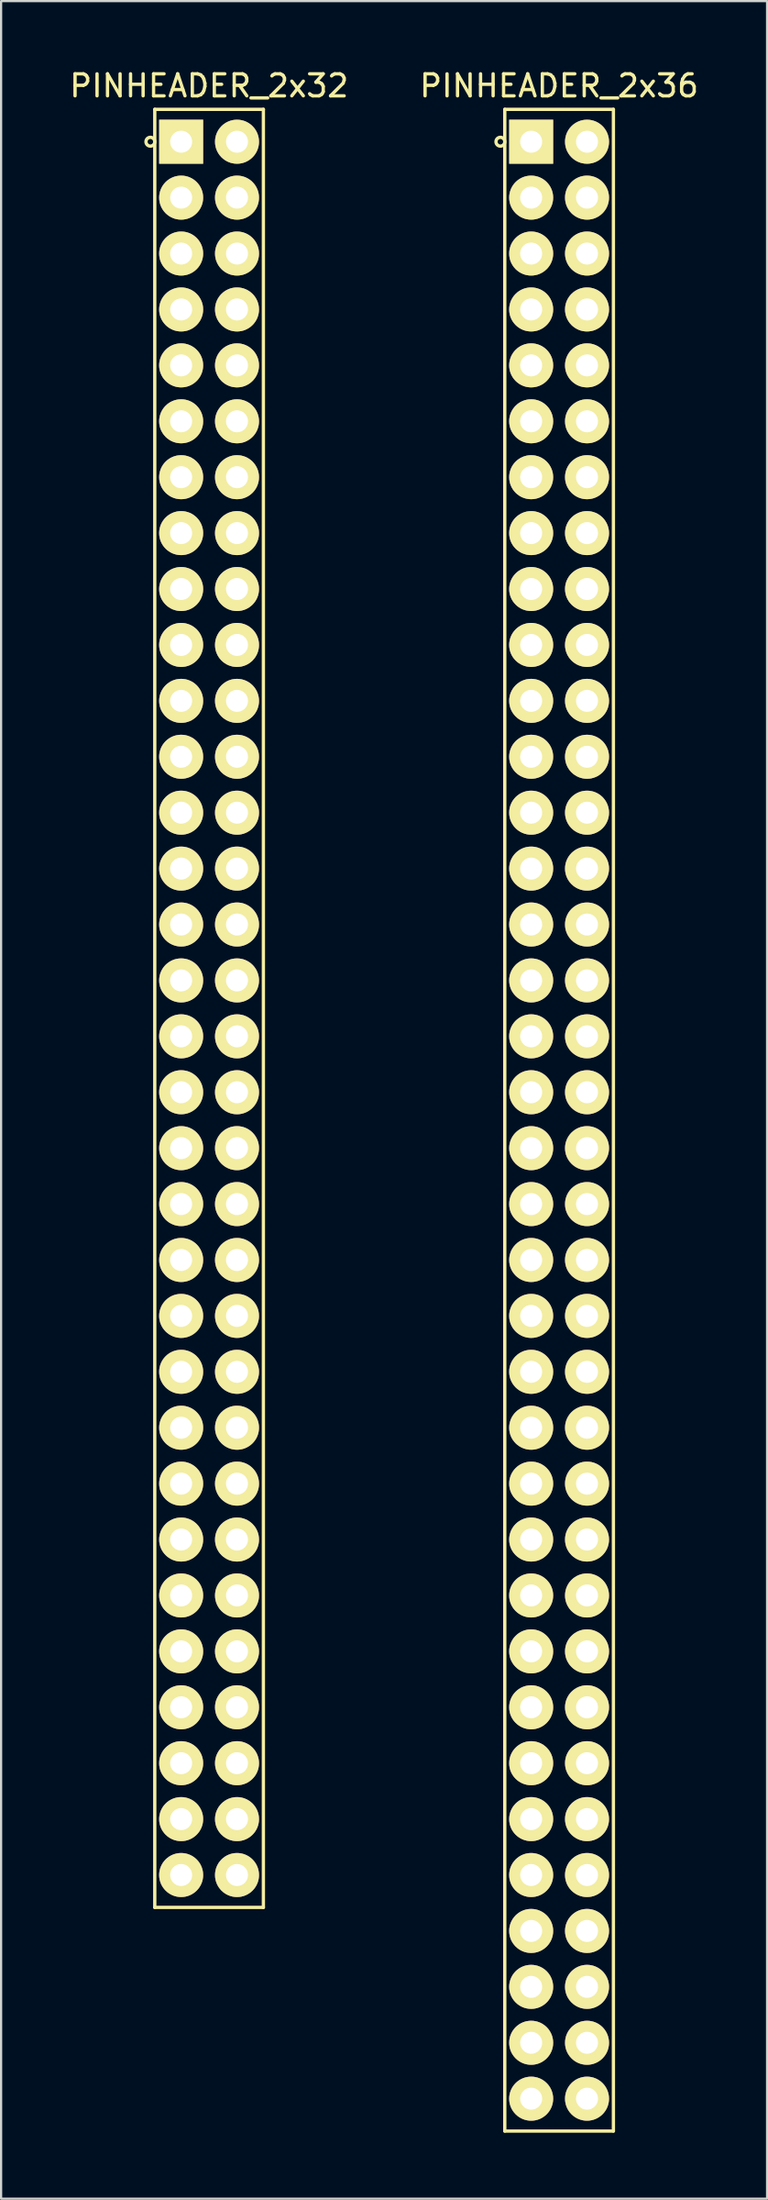
<source format=kicad_pcb>
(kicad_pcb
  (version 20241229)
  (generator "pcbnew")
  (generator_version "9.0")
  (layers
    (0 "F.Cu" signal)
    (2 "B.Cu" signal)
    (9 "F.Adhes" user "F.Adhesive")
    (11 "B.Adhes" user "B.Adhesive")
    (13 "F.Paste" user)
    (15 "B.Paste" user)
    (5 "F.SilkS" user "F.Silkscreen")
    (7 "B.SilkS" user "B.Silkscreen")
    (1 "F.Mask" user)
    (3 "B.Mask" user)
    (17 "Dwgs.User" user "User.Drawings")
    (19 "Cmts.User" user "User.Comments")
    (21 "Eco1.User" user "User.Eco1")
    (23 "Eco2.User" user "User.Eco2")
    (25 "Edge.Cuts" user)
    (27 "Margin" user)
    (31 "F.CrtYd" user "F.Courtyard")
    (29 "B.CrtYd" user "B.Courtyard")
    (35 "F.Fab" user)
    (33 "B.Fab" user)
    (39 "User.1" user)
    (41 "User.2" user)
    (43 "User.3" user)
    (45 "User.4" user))
  (footprint "PINHEADER_2x36"
    (layer "F.Cu")
    (at 21.105 3.388)
    (property "Reference" "PINHEADER_2x36" (at 1.27 -2.54 0) (layer "F.SilkS") (effects (font (size 1 1) (thickness 0.15))))
    (attr through_hole)
    (fp_line (start -1.2 -1.47) (end 3.74 -1.47) (stroke (width 0.15) (type solid)) (layer "F.SilkS"))
    (fp_line (start -1.2 90.37) (end -1.2 -1.47) (stroke (width 0.15) (type solid)) (layer "F.SilkS"))
    (fp_line (start 3.74 -1.47) (end 3.74 90.37) (stroke (width 0.15) (type solid)) (layer "F.SilkS"))
    (fp_line (start 3.74 90.37) (end -1.2 90.37) (stroke (width 0.15) (type solid)) (layer "F.SilkS"))
    (fp_circle (center -1.4 0) (end -1.4 0.2) (stroke (width 0.15) (type solid)) (fill no) (layer "F.SilkS"))
    (pad "1" thru_hole rect (at 0 0) (size 2 2) (drill 1) (layers "*.Cu" "*.Mask" "F.SilkS"))
    (pad "2" thru_hole circle (at 0 2.54) (size 2 2) (drill 1) (layers "*.Cu" "*.Mask" "F.SilkS"))
    (pad "3" thru_hole circle (at 0 5.08) (size 2 2) (drill 1) (layers "*.Cu" "*.Mask" "F.SilkS"))
    (pad "4" thru_hole circle (at 0 7.62) (size 2 2) (drill 1) (layers "*.Cu" "*.Mask" "F.SilkS"))
    (pad "5" thru_hole circle (at 0 10.16) (size 2 2) (drill 1) (layers "*.Cu" "*.Mask" "F.SilkS"))
    (pad "6" thru_hole circle (at 0 12.7) (size 2 2) (drill 1) (layers "*.Cu" "*.Mask" "F.SilkS"))
    (pad "7" thru_hole circle (at 0 15.24) (size 2 2) (drill 1) (layers "*.Cu" "*.Mask" "F.SilkS"))
    (pad "8" thru_hole circle (at 0 17.78) (size 2 2) (drill 1) (layers "*.Cu" "*.Mask" "F.SilkS"))
    (pad "9" thru_hole circle (at 0 20.32) (size 2 2) (drill 1) (layers "*.Cu" "*.Mask" "F.SilkS"))
    (pad "10" thru_hole circle (at 0 22.86) (size 2 2) (drill 1) (layers "*.Cu" "*.Mask" "F.SilkS"))
    (pad "11" thru_hole circle (at 0 25.4) (size 2 2) (drill 1) (layers "*.Cu" "*.Mask" "F.SilkS"))
    (pad "12" thru_hole circle (at 0 27.94) (size 2 2) (drill 1) (layers "*.Cu" "*.Mask" "F.SilkS"))
    (pad "13" thru_hole circle (at 0 30.48) (size 2 2) (drill 1) (layers "*.Cu" "*.Mask" "F.SilkS"))
    (pad "14" thru_hole circle (at 0 33.02) (size 2 2) (drill 1) (layers "*.Cu" "*.Mask" "F.SilkS"))
    (pad "15" thru_hole circle (at 0 35.56) (size 2 2) (drill 1) (layers "*.Cu" "*.Mask" "F.SilkS"))
    (pad "16" thru_hole circle (at 0 38.1) (size 2 2) (drill 1) (layers "*.Cu" "*.Mask" "F.SilkS"))
    (pad "17" thru_hole circle (at 0 40.64) (size 2 2) (drill 1) (layers "*.Cu" "*.Mask" "F.SilkS"))
    (pad "18" thru_hole circle (at 0 43.18) (size 2 2) (drill 1) (layers "*.Cu" "*.Mask" "F.SilkS"))
    (pad "19" thru_hole circle (at 0 45.72) (size 2 2) (drill 1) (layers "*.Cu" "*.Mask" "F.SilkS"))
    (pad "20" thru_hole circle (at 0 48.26) (size 2 2) (drill 1) (layers "*.Cu" "*.Mask" "F.SilkS"))
    (pad "21" thru_hole circle (at 0 50.8) (size 2 2) (drill 1) (layers "*.Cu" "*.Mask" "F.SilkS"))
    (pad "22" thru_hole circle (at 0 53.34) (size 2 2) (drill 1) (layers "*.Cu" "*.Mask" "F.SilkS"))
    (pad "23" thru_hole circle (at 0 55.88) (size 2 2) (drill 1) (layers "*.Cu" "*.Mask" "F.SilkS"))
    (pad "24" thru_hole circle (at 0 58.42) (size 2 2) (drill 1) (layers "*.Cu" "*.Mask" "F.SilkS"))
    (pad "25" thru_hole circle (at 0 60.96) (size 2 2) (drill 1) (layers "*.Cu" "*.Mask" "F.SilkS"))
    (pad "26" thru_hole circle (at 0 63.5) (size 2 2) (drill 1) (layers "*.Cu" "*.Mask" "F.SilkS"))
    (pad "27" thru_hole circle (at 0 66.04) (size 2 2) (drill 1) (layers "*.Cu" "*.Mask" "F.SilkS"))
    (pad "28" thru_hole circle (at 0 68.58) (size 2 2) (drill 1) (layers "*.Cu" "*.Mask" "F.SilkS"))
    (pad "29" thru_hole circle (at 0 71.12) (size 2 2) (drill 1) (layers "*.Cu" "*.Mask" "F.SilkS"))
    (pad "30" thru_hole circle (at 0 73.66) (size 2 2) (drill 1) (layers "*.Cu" "*.Mask" "F.SilkS"))
    (pad "31" thru_hole circle (at 0 76.2) (size 2 2) (drill 1) (layers "*.Cu" "*.Mask" "F.SilkS"))
    (pad "32" thru_hole circle (at 0 78.74) (size 2 2) (drill 1) (layers "*.Cu" "*.Mask" "F.SilkS"))
    (pad "33" thru_hole circle (at 0 81.28) (size 2 2) (drill 1) (layers "*.Cu" "*.Mask" "F.SilkS"))
    (pad "34" thru_hole circle (at 0 83.82) (size 2 2) (drill 1) (layers "*.Cu" "*.Mask" "F.SilkS"))
    (pad "35" thru_hole circle (at 0 86.36) (size 2 2) (drill 1) (layers "*.Cu" "*.Mask" "F.SilkS"))
    (pad "36" thru_hole circle (at 0 88.9) (size 2 2) (drill 1) (layers "*.Cu" "*.Mask" "F.SilkS"))
    (pad "37" thru_hole circle (at 2.54 88.9) (size 2 2) (drill 1) (layers "*.Cu" "*.Mask" "F.SilkS"))
    (pad "38" thru_hole circle (at 2.54 86.36) (size 2 2) (drill 1) (layers "*.Cu" "*.Mask" "F.SilkS"))
    (pad "39" thru_hole circle (at 2.54 83.82) (size 2 2) (drill 1) (layers "*.Cu" "*.Mask" "F.SilkS"))
    (pad "40" thru_hole circle (at 2.54 81.28) (size 2 2) (drill 1) (layers "*.Cu" "*.Mask" "F.SilkS"))
    (pad "41" thru_hole circle (at 2.54 78.74) (size 2 2) (drill 1) (layers "*.Cu" "*.Mask" "F.SilkS"))
    (pad "42" thru_hole circle (at 2.54 76.2) (size 2 2) (drill 1) (layers "*.Cu" "*.Mask" "F.SilkS"))
    (pad "43" thru_hole circle (at 2.54 73.66) (size 2 2) (drill 1) (layers "*.Cu" "*.Mask" "F.SilkS"))
    (pad "44" thru_hole circle (at 2.54 71.12) (size 2 2) (drill 1) (layers "*.Cu" "*.Mask" "F.SilkS"))
    (pad "45" thru_hole circle (at 2.54 68.58) (size 2 2) (drill 1) (layers "*.Cu" "*.Mask" "F.SilkS"))
    (pad "46" thru_hole circle (at 2.54 66.04) (size 2 2) (drill 1) (layers "*.Cu" "*.Mask" "F.SilkS"))
    (pad "47" thru_hole circle (at 2.54 63.5) (size 2 2) (drill 1) (layers "*.Cu" "*.Mask" "F.SilkS"))
    (pad "48" thru_hole circle (at 2.54 60.96) (size 2 2) (drill 1) (layers "*.Cu" "*.Mask" "F.SilkS"))
    (pad "49" thru_hole circle (at 2.54 58.42) (size 2 2) (drill 1) (layers "*.Cu" "*.Mask" "F.SilkS"))
    (pad "50" thru_hole circle (at 2.54 55.88) (size 2 2) (drill 1) (layers "*.Cu" "*.Mask" "F.SilkS"))
    (pad "51" thru_hole circle (at 2.54 53.34) (size 2 2) (drill 1) (layers "*.Cu" "*.Mask" "F.SilkS"))
    (pad "52" thru_hole circle (at 2.54 50.8) (size 2 2) (drill 1) (layers "*.Cu" "*.Mask" "F.SilkS"))
    (pad "53" thru_hole circle (at 2.54 48.26) (size 2 2) (drill 1) (layers "*.Cu" "*.Mask" "F.SilkS"))
    (pad "54" thru_hole circle (at 2.54 45.72) (size 2 2) (drill 1) (layers "*.Cu" "*.Mask" "F.SilkS"))
    (pad "55" thru_hole circle (at 2.54 43.18) (size 2 2) (drill 1) (layers "*.Cu" "*.Mask" "F.SilkS"))
    (pad "56" thru_hole circle (at 2.54 40.64) (size 2 2) (drill 1) (layers "*.Cu" "*.Mask" "F.SilkS"))
    (pad "57" thru_hole circle (at 2.54 38.1) (size 2 2) (drill 1) (layers "*.Cu" "*.Mask" "F.SilkS"))
    (pad "58" thru_hole circle (at 2.54 35.56) (size 2 2) (drill 1) (layers "*.Cu" "*.Mask" "F.SilkS"))
    (pad "59" thru_hole circle (at 2.54 33.02) (size 2 2) (drill 1) (layers "*.Cu" "*.Mask" "F.SilkS"))
    (pad "60" thru_hole circle (at 2.54 30.48) (size 2 2) (drill 1) (layers "*.Cu" "*.Mask" "F.SilkS"))
    (pad "61" thru_hole circle (at 2.54 27.94) (size 2 2) (drill 1) (layers "*.Cu" "*.Mask" "F.SilkS"))
    (pad "62" thru_hole circle (at 2.54 25.4) (size 2 2) (drill 1) (layers "*.Cu" "*.Mask" "F.SilkS"))
    (pad "63" thru_hole circle (at 2.54 22.86) (size 2 2) (drill 1) (layers "*.Cu" "*.Mask" "F.SilkS"))
    (pad "64" thru_hole circle (at 2.54 20.32) (size 2 2) (drill 1) (layers "*.Cu" "*.Mask" "F.SilkS"))
    (pad "65" thru_hole circle (at 2.54 17.78) (size 2 2) (drill 1) (layers "*.Cu" "*.Mask" "F.SilkS"))
    (pad "66" thru_hole circle (at 2.54 15.24) (size 2 2) (drill 1) (layers "*.Cu" "*.Mask" "F.SilkS"))
    (pad "67" thru_hole circle (at 2.54 12.7) (size 2 2) (drill 1) (layers "*.Cu" "*.Mask" "F.SilkS"))
    (pad "68" thru_hole circle (at 2.54 10.16) (size 2 2) (drill 1) (layers "*.Cu" "*.Mask" "F.SilkS"))
    (pad "69" thru_hole circle (at 2.54 7.62) (size 2 2) (drill 1) (layers "*.Cu" "*.Mask" "F.SilkS"))
    (pad "70" thru_hole circle (at 2.54 5.08) (size 2 2) (drill 1) (layers "*.Cu" "*.Mask" "F.SilkS"))
    (pad "71" thru_hole circle (at 2.54 2.54) (size 2 2) (drill 1) (layers "*.Cu" "*.Mask" "F.SilkS"))
    (pad "72" thru_hole circle (at 2.54 0) (size 2 2) (drill 1) (layers "*.Cu" "*.Mask" "F.SilkS")))
  (footprint "PINHEADER_2x32"
    (layer "F.Cu")
    (at 5.188 3.388)
    (property "Reference" "PINHEADER_2x32" (at 1.27 -2.54 0) (layer "F.SilkS") (effects (font (size 1 1) (thickness 0.15))))
    (attr through_hole)
    (fp_line (start -1.2 -1.47) (end 3.74 -1.47) (stroke (width 0.15) (type solid)) (layer "F.SilkS"))
    (fp_line (start -1.2 80.21) (end -1.2 -1.47) (stroke (width 0.15) (type solid)) (layer "F.SilkS"))
    (fp_line (start 3.74 -1.47) (end 3.74 80.21) (stroke (width 0.15) (type solid)) (layer "F.SilkS"))
    (fp_line (start 3.74 80.21) (end -1.2 80.21) (stroke (width 0.15) (type solid)) (layer "F.SilkS"))
    (fp_circle (center -1.4 0) (end -1.4 0.2) (stroke (width 0.15) (type solid)) (fill no) (layer "F.SilkS"))
    (pad "1" thru_hole rect (at 0 0) (size 2 2) (drill 1) (layers "*.Cu" "*.Mask" "F.SilkS"))
    (pad "2" thru_hole circle (at 0 2.54) (size 2 2) (drill 1) (layers "*.Cu" "*.Mask" "F.SilkS"))
    (pad "3" thru_hole circle (at 0 5.08) (size 2 2) (drill 1) (layers "*.Cu" "*.Mask" "F.SilkS"))
    (pad "4" thru_hole circle (at 0 7.62) (size 2 2) (drill 1) (layers "*.Cu" "*.Mask" "F.SilkS"))
    (pad "5" thru_hole circle (at 0 10.16) (size 2 2) (drill 1) (layers "*.Cu" "*.Mask" "F.SilkS"))
    (pad "6" thru_hole circle (at 0 12.7) (size 2 2) (drill 1) (layers "*.Cu" "*.Mask" "F.SilkS"))
    (pad "7" thru_hole circle (at 0 15.24) (size 2 2) (drill 1) (layers "*.Cu" "*.Mask" "F.SilkS"))
    (pad "8" thru_hole circle (at 0 17.78) (size 2 2) (drill 1) (layers "*.Cu" "*.Mask" "F.SilkS"))
    (pad "9" thru_hole circle (at 0 20.32) (size 2 2) (drill 1) (layers "*.Cu" "*.Mask" "F.SilkS"))
    (pad "10" thru_hole circle (at 0 22.86) (size 2 2) (drill 1) (layers "*.Cu" "*.Mask" "F.SilkS"))
    (pad "11" thru_hole circle (at 0 25.4) (size 2 2) (drill 1) (layers "*.Cu" "*.Mask" "F.SilkS"))
    (pad "12" thru_hole circle (at 0 27.94) (size 2 2) (drill 1) (layers "*.Cu" "*.Mask" "F.SilkS"))
    (pad "13" thru_hole circle (at 0 30.48) (size 2 2) (drill 1) (layers "*.Cu" "*.Mask" "F.SilkS"))
    (pad "14" thru_hole circle (at 0 33.02) (size 2 2) (drill 1) (layers "*.Cu" "*.Mask" "F.SilkS"))
    (pad "15" thru_hole circle (at 0 35.56) (size 2 2) (drill 1) (layers "*.Cu" "*.Mask" "F.SilkS"))
    (pad "16" thru_hole circle (at 0 38.1) (size 2 2) (drill 1) (layers "*.Cu" "*.Mask" "F.SilkS"))
    (pad "17" thru_hole circle (at 0 40.64) (size 2 2) (drill 1) (layers "*.Cu" "*.Mask" "F.SilkS"))
    (pad "18" thru_hole circle (at 0 43.18) (size 2 2) (drill 1) (layers "*.Cu" "*.Mask" "F.SilkS"))
    (pad "19" thru_hole circle (at 0 45.72) (size 2 2) (drill 1) (layers "*.Cu" "*.Mask" "F.SilkS"))
    (pad "20" thru_hole circle (at 0 48.26) (size 2 2) (drill 1) (layers "*.Cu" "*.Mask" "F.SilkS"))
    (pad "21" thru_hole circle (at 0 50.8) (size 2 2) (drill 1) (layers "*.Cu" "*.Mask" "F.SilkS"))
    (pad "22" thru_hole circle (at 0 53.34) (size 2 2) (drill 1) (layers "*.Cu" "*.Mask" "F.SilkS"))
    (pad "23" thru_hole circle (at 0 55.88) (size 2 2) (drill 1) (layers "*.Cu" "*.Mask" "F.SilkS"))
    (pad "24" thru_hole circle (at 0 58.42) (size 2 2) (drill 1) (layers "*.Cu" "*.Mask" "F.SilkS"))
    (pad "25" thru_hole circle (at 0 60.96) (size 2 2) (drill 1) (layers "*.Cu" "*.Mask" "F.SilkS"))
    (pad "26" thru_hole circle (at 0 63.5) (size 2 2) (drill 1) (layers "*.Cu" "*.Mask" "F.SilkS"))
    (pad "27" thru_hole circle (at 0 66.04) (size 2 2) (drill 1) (layers "*.Cu" "*.Mask" "F.SilkS"))
    (pad "28" thru_hole circle (at 0 68.58) (size 2 2) (drill 1) (layers "*.Cu" "*.Mask" "F.SilkS"))
    (pad "29" thru_hole circle (at 0 71.12) (size 2 2) (drill 1) (layers "*.Cu" "*.Mask" "F.SilkS"))
    (pad "30" thru_hole circle (at 0 73.66) (size 2 2) (drill 1) (layers "*.Cu" "*.Mask" "F.SilkS"))
    (pad "31" thru_hole circle (at 0 76.2) (size 2 2) (drill 1) (layers "*.Cu" "*.Mask" "F.SilkS"))
    (pad "32" thru_hole circle (at 0 78.74) (size 2 2) (drill 1) (layers "*.Cu" "*.Mask" "F.SilkS"))
    (pad "33" thru_hole circle (at 2.54 78.74) (size 2 2) (drill 1) (layers "*.Cu" "*.Mask" "F.SilkS"))
    (pad "34" thru_hole circle (at 2.54 76.2) (size 2 2) (drill 1) (layers "*.Cu" "*.Mask" "F.SilkS"))
    (pad "35" thru_hole circle (at 2.54 73.66) (size 2 2) (drill 1) (layers "*.Cu" "*.Mask" "F.SilkS"))
    (pad "36" thru_hole circle (at 2.54 71.12) (size 2 2) (drill 1) (layers "*.Cu" "*.Mask" "F.SilkS"))
    (pad "37" thru_hole circle (at 2.54 68.58) (size 2 2) (drill 1) (layers "*.Cu" "*.Mask" "F.SilkS"))
    (pad "38" thru_hole circle (at 2.54 66.04) (size 2 2) (drill 1) (layers "*.Cu" "*.Mask" "F.SilkS"))
    (pad "39" thru_hole circle (at 2.54 63.5) (size 2 2) (drill 1) (layers "*.Cu" "*.Mask" "F.SilkS"))
    (pad "40" thru_hole circle (at 2.54 60.96) (size 2 2) (drill 1) (layers "*.Cu" "*.Mask" "F.SilkS"))
    (pad "41" thru_hole circle (at 2.54 58.42) (size 2 2) (drill 1) (layers "*.Cu" "*.Mask" "F.SilkS"))
    (pad "42" thru_hole circle (at 2.54 55.88) (size 2 2) (drill 1) (layers "*.Cu" "*.Mask" "F.SilkS"))
    (pad "43" thru_hole circle (at 2.54 53.34) (size 2 2) (drill 1) (layers "*.Cu" "*.Mask" "F.SilkS"))
    (pad "44" thru_hole circle (at 2.54 50.8) (size 2 2) (drill 1) (layers "*.Cu" "*.Mask" "F.SilkS"))
    (pad "45" thru_hole circle (at 2.54 48.26) (size 2 2) (drill 1) (layers "*.Cu" "*.Mask" "F.SilkS"))
    (pad "46" thru_hole circle (at 2.54 45.72) (size 2 2) (drill 1) (layers "*.Cu" "*.Mask" "F.SilkS"))
    (pad "47" thru_hole circle (at 2.54 43.18) (size 2 2) (drill 1) (layers "*.Cu" "*.Mask" "F.SilkS"))
    (pad "48" thru_hole circle (at 2.54 40.64) (size 2 2) (drill 1) (layers "*.Cu" "*.Mask" "F.SilkS"))
    (pad "49" thru_hole circle (at 2.54 38.1) (size 2 2) (drill 1) (layers "*.Cu" "*.Mask" "F.SilkS"))
    (pad "50" thru_hole circle (at 2.54 35.56) (size 2 2) (drill 1) (layers "*.Cu" "*.Mask" "F.SilkS"))
    (pad "51" thru_hole circle (at 2.54 33.02) (size 2 2) (drill 1) (layers "*.Cu" "*.Mask" "F.SilkS"))
    (pad "52" thru_hole circle (at 2.54 30.48) (size 2 2) (drill 1) (layers "*.Cu" "*.Mask" "F.SilkS"))
    (pad "53" thru_hole circle (at 2.54 27.94) (size 2 2) (drill 1) (layers "*.Cu" "*.Mask" "F.SilkS"))
    (pad "54" thru_hole circle (at 2.54 25.4) (size 2 2) (drill 1) (layers "*.Cu" "*.Mask" "F.SilkS"))
    (pad "55" thru_hole circle (at 2.54 22.86) (size 2 2) (drill 1) (layers "*.Cu" "*.Mask" "F.SilkS"))
    (pad "56" thru_hole circle (at 2.54 20.32) (size 2 2) (drill 1) (layers "*.Cu" "*.Mask" "F.SilkS"))
    (pad "57" thru_hole circle (at 2.54 17.78) (size 2 2) (drill 1) (layers "*.Cu" "*.Mask" "F.SilkS"))
    (pad "58" thru_hole circle (at 2.54 15.24) (size 2 2) (drill 1) (layers "*.Cu" "*.Mask" "F.SilkS"))
    (pad "59" thru_hole circle (at 2.54 12.7) (size 2 2) (drill 1) (layers "*.Cu" "*.Mask" "F.SilkS"))
    (pad "60" thru_hole circle (at 2.54 10.16) (size 2 2) (drill 1) (layers "*.Cu" "*.Mask" "F.SilkS"))
    (pad "61" thru_hole circle (at 2.54 7.62) (size 2 2) (drill 1) (layers "*.Cu" "*.Mask" "F.SilkS"))
    (pad "62" thru_hole circle (at 2.54 5.08) (size 2 2) (drill 1) (layers "*.Cu" "*.Mask" "F.SilkS"))
    (pad "63" thru_hole circle (at 2.54 2.54) (size 2 2) (drill 1) (layers "*.Cu" "*.Mask" "F.SilkS"))
    (pad "64" thru_hole circle (at 2.54 0) (size 2 2) (drill 1) (layers "*.Cu" "*.Mask" "F.SilkS")))
  (gr_rect
    (start -3 -3)
    (end 31.833 96.833)
    (stroke (width 0.1) (type default))
    (fill no)
    (layer "Edge.Cuts")))
</source>
